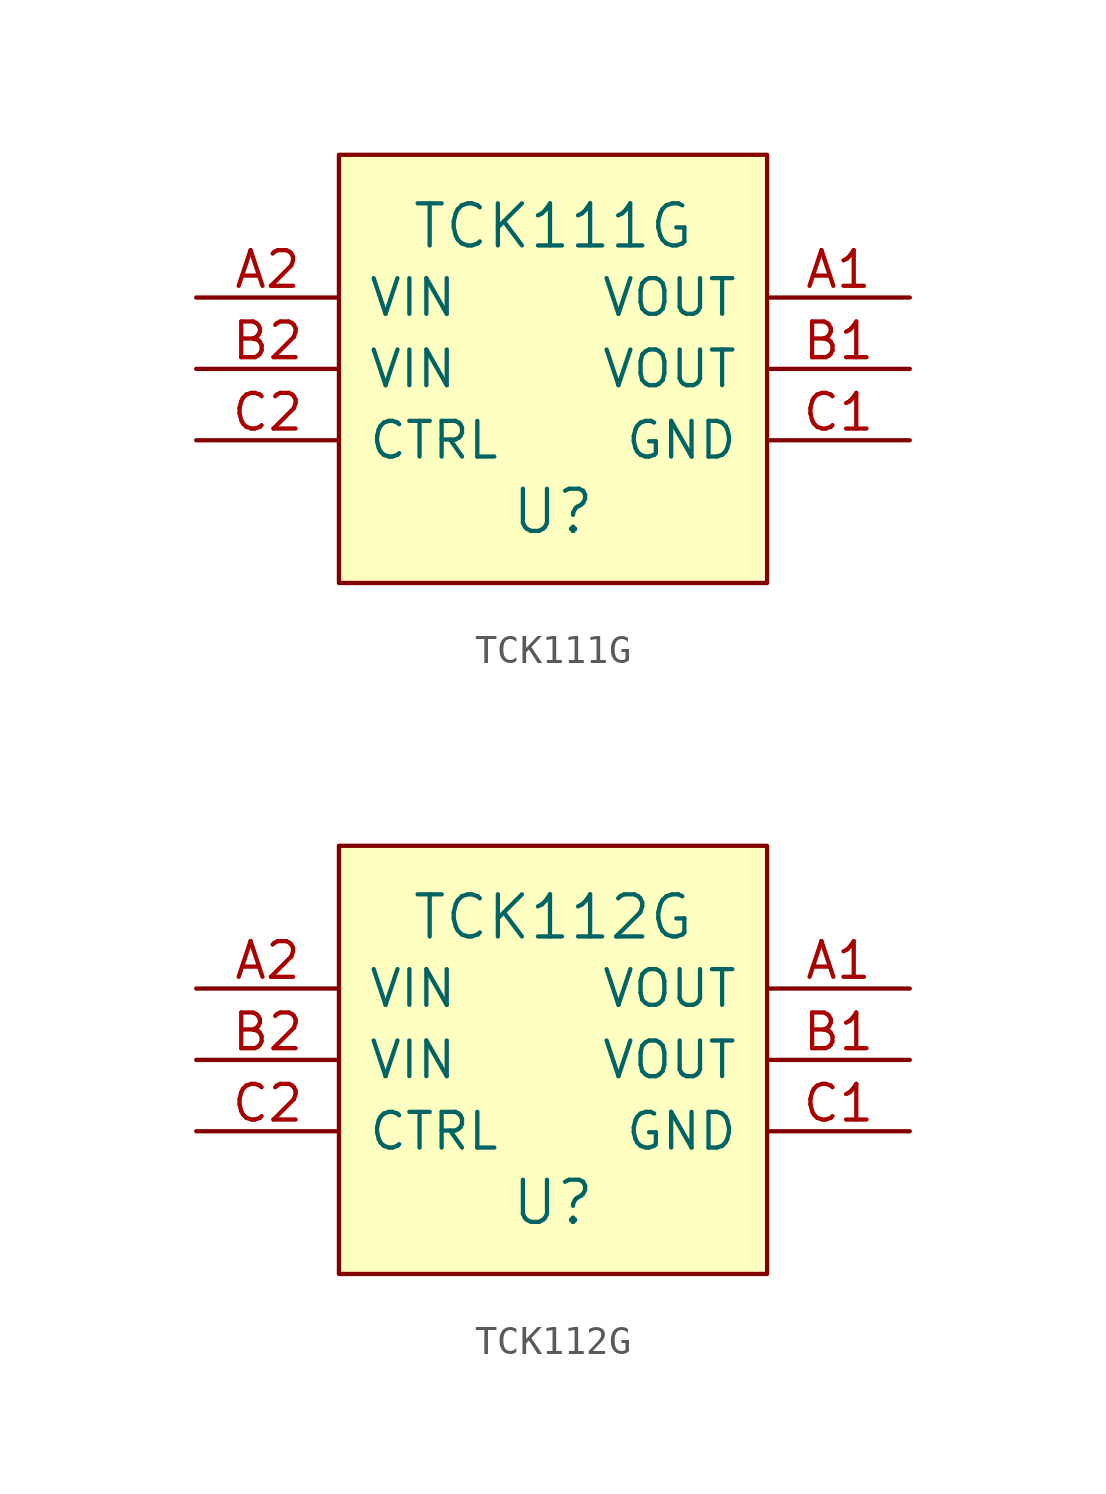
<source format=kicad_sym>
(kicad_symbol_lib
  (version 20241209)
  (generator "kicad_symbol_editor")
  (generator_version "9.0")
  (symbol "TCK111G"
    (pin_names
      (offset 1.016))
    (property "Reference" "U"
      (at 0 -5.08 0)
      (effects (font (size 1.499 1.499))))
    (property "Value" "TCK111G"
      (at 0 5.08 0)
      (effects (font (size 1.499 1.499))))
    (property "Footprint" ""
      (at 0 0 0)
      (effects (font (size 0.787 0.787))))
    (property "Datasheet" ""
      (at 0 0 0)
      (effects (font (size 0.787 0.787))))
    (symbol "TCK111G_0_1"
      (rectangle (start -7.62 7.62) (end 7.62 -7.62) (stroke (width 0) (type solid)) (fill (type background))))
    (symbol "TCK111G_1_1"
      (pin power_in line (at -12.7 2.54 0) (length 5.08) (name "VIN" (effects (font (size 1.27 1.27)))) (number "A2" (effects (font (size 1.27 1.27)))))
      (pin power_in line (at -12.7 0 0) (length 5.08) (name "VIN" (effects (font (size 1.27 1.27)))) (number "B2" (effects (font (size 1.27 1.27)))))
      (pin input line (at -12.7 -2.54 0) (length 5.08) (name "CTRL" (effects (font (size 1.27 1.27)))) (number "C2" (effects (font (size 1.27 1.27)))))
      (pin power_out line (at 12.7 2.54 180) (length 5.08) (name "VOUT" (effects (font (size 1.27 1.27)))) (number "A1" (effects (font (size 1.27 1.27)))))
      (pin power_out line (at 12.7 0 180) (length 5.08) (name "VOUT" (effects (font (size 1.27 1.27)))) (number "B1" (effects (font (size 1.27 1.27)))))
      (pin power_in line (at 12.7 -2.54 180) (length 5.08) (name "GND" (effects (font (size 1.27 1.27)))) (number "C1" (effects (font (size 1.27 1.27)))))))
  (symbol "TCK112G"
    (pin_names
      (offset 1.016))
    (property "Reference" "U"
      (at 0 -5.08 0)
      (effects (font (size 1.499 1.499))))
    (property "Value" "TCK112G"
      (at 0 5.08 0)
      (effects (font (size 1.499 1.499))))
    (property "Footprint" ""
      (at 0 0 0)
      (effects (font (size 0.787 0.787))))
    (property "Datasheet" ""
      (at 0 0 0)
      (effects (font (size 0.787 0.787))))
    (symbol "TCK112G_0_1"
      (rectangle (start -7.62 7.62) (end 7.62 -7.62) (stroke (width 0) (type solid)) (fill (type background))))
    (symbol "TCK112G_1_1"
      (pin power_in line (at -12.7 2.54 0) (length 5.08) (name "VIN" (effects (font (size 1.27 1.27)))) (number "A2" (effects (font (size 1.27 1.27)))))
      (pin power_in line (at -12.7 0 0) (length 5.08) (name "VIN" (effects (font (size 1.27 1.27)))) (number "B2" (effects (font (size 1.27 1.27)))))
      (pin input line (at -12.7 -2.54 0) (length 5.08) (name "CTRL" (effects (font (size 1.27 1.27)))) (number "C2" (effects (font (size 1.27 1.27)))))
      (pin power_out line (at 12.7 2.54 180) (length 5.08) (name "VOUT" (effects (font (size 1.27 1.27)))) (number "A1" (effects (font (size 1.27 1.27)))))
      (pin power_out line (at 12.7 0 180) (length 5.08) (name "VOUT" (effects (font (size 1.27 1.27)))) (number "B1" (effects (font (size 1.27 1.27)))))
      (pin power_in line (at 12.7 -2.54 180) (length 5.08) (name "GND" (effects (font (size 1.27 1.27)))) (number "C1" (effects (font (size 1.27 1.27))))))))
</source>
